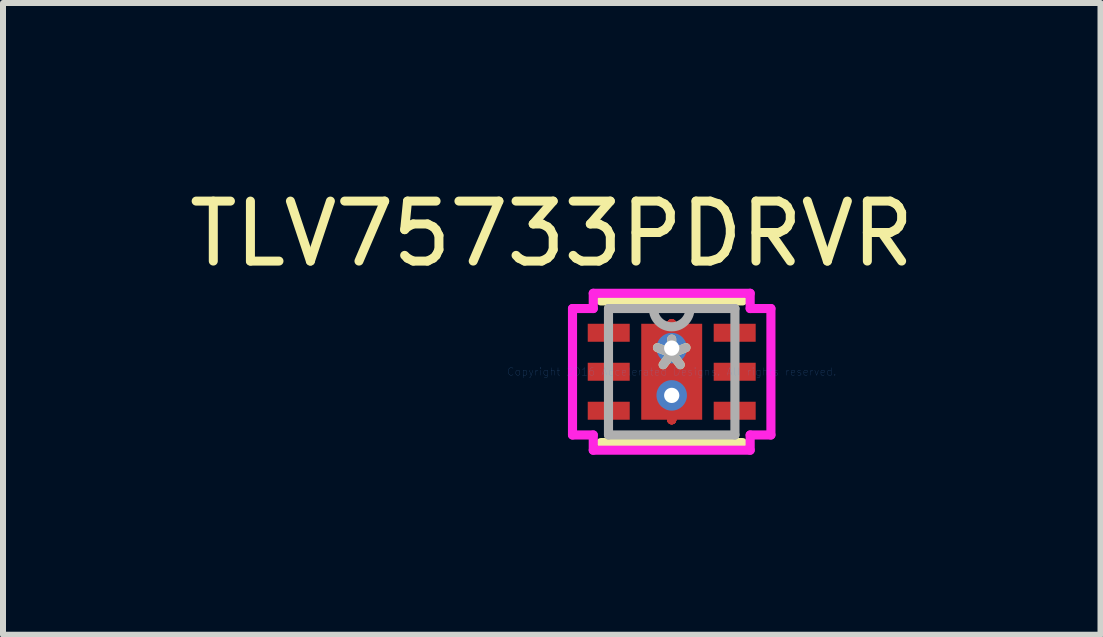
<source format=kicad_pcb>
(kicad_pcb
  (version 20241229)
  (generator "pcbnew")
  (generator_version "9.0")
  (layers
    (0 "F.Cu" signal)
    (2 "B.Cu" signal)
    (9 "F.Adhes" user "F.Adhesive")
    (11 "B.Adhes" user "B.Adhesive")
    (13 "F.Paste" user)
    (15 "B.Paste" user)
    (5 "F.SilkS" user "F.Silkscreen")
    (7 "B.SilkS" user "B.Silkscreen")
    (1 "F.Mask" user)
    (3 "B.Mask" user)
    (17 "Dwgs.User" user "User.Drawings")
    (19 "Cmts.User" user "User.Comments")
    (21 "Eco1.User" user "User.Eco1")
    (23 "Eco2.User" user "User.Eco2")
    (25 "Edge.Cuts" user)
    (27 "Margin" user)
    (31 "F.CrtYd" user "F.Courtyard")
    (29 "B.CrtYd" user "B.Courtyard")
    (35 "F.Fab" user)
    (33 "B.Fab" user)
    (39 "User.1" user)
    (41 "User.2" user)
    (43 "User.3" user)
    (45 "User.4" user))
  (footprint "TLV75733PDRVR"
    (layer "F.Cu")
    (at 8.149 3.148)
    (property "Reference" "TLV75733PDRVR" (at -2 -2.3 0) (layer "F.SilkS") (effects (font (size 1 1) (thickness 0.15))))
    (attr through_hole)
    (fp_line (start 0 -0.8) (end 0 -0.8) (stroke (width 0.152) (type solid)) (layer "F.Cu"))
    (fp_line (start 0 -0.8) (end 0 -0.8) (stroke (width 0.152) (type solid)) (layer "F.Cu"))
    (fp_line (start 0 -0.8) (end 0 -0.8) (stroke (width 0.152) (type solid)) (layer "F.Cu"))
    (fp_line (start 0 -0.8) (end 0 -0.8) (stroke (width 0.152) (type solid)) (layer "F.Cu"))
    (fp_line (start 0 -0.8) (end 0 -0.8) (stroke (width 0.152) (type solid)) (layer "F.Cu"))
    (fp_line (start 0 -0.8) (end 0 -0.8) (stroke (width 0.152) (type solid)) (layer "F.Cu"))
    (fp_line (start 0 -0.8) (end 0 -0.8) (stroke (width 0.152) (type solid)) (layer "F.Cu"))
    (fp_line (start 0 -0.8) (end 0 -0.8) (stroke (width 0.152) (type solid)) (layer "F.Cu"))
    (fp_line (start 0 0.8) (end 0 0.8) (stroke (width 0.152) (type solid)) (layer "F.Cu"))
    (fp_line (start 0 0.8) (end 0 0.8) (stroke (width 0.152) (type solid)) (layer "F.Cu"))
    (fp_line (start 0 0.8) (end 0 0.8) (stroke (width 0.152) (type solid)) (layer "F.Cu"))
    (fp_line (start 0 0.8) (end 0 0.8) (stroke (width 0.152) (type solid)) (layer "F.Cu"))
    (fp_line (start 0 0.8) (end 0 0.8) (stroke (width 0.152) (type solid)) (layer "F.Cu"))
    (fp_line (start 0 0.8) (end 0 0.8) (stroke (width 0.152) (type solid)) (layer "F.Cu"))
    (fp_line (start 0 0.8) (end 0 0.8) (stroke (width 0.152) (type solid)) (layer "F.Cu"))
    (fp_line (start 0 0.8) (end 0 0.8) (stroke (width 0.152) (type solid)) (layer "F.Cu"))
    (fp_line (start -0.572 -0.864) (end -0.2 -0.864) (stroke (width 0.152) (type solid)) (layer "F.Mask"))
    (fp_line (start -0.572 -0.864) (end 0.572 -0.864) (stroke (width 0.152) (type solid)) (layer "F.Mask"))
    (fp_line (start -0.572 -0.594) (end -0.572 -0.864) (stroke (width 0.152) (type solid)) (layer "F.Mask"))
    (fp_line (start -0.572 -0.194) (end 0.572 -0.194) (stroke (width 0.152) (type solid)) (layer "F.Mask"))
    (fp_line (start -0.572 0.194) (end -0.572 -0.194) (stroke (width 0.152) (type solid)) (layer "F.Mask"))
    (fp_line (start -0.572 0.594) (end 0.572 0.594) (stroke (width 0.152) (type solid)) (layer "F.Mask"))
    (fp_line (start -0.572 0.864) (end -0.572 -0.864) (stroke (width 0.152) (type solid)) (layer "F.Mask"))
    (fp_line (start -0.572 0.864) (end -0.572 0.594) (stroke (width 0.152) (type solid)) (layer "F.Mask"))
    (fp_line (start -0.2 -0.864) (end -0.2 0.864) (stroke (width 0.152) (type solid)) (layer "F.Mask"))
    (fp_line (start -0.2 0.864) (end -0.572 0.864) (stroke (width 0.152) (type solid)) (layer "F.Mask"))
    (fp_line (start 0 -0.8) (end 0 -0.8) (stroke (width 0.152) (type solid)) (layer "F.Mask"))
    (fp_line (start 0 -0.8) (end 0 -0.8) (stroke (width 0.152) (type solid)) (layer "F.Mask"))
    (fp_line (start 0 -0.8) (end 0 -0.8) (stroke (width 0.152) (type solid)) (layer "F.Mask"))
    (fp_line (start 0 -0.8) (end 0 -0.8) (stroke (width 0.152) (type solid)) (layer "F.Mask"))
    (fp_line (start 0 -0.8) (end 0 -0.8) (stroke (width 0.152) (type solid)) (layer "F.Mask"))
    (fp_line (start 0 -0.8) (end 0 -0.8) (stroke (width 0.152) (type solid)) (layer "F.Mask"))
    (fp_line (start 0 -0.8) (end 0 -0.8) (stroke (width 0.152) (type solid)) (layer "F.Mask"))
    (fp_line (start 0 -0.8) (end 0 -0.8) (stroke (width 0.152) (type solid)) (layer "F.Mask"))
    (fp_line (start 0 0.8) (end 0 0.8) (stroke (width 0.152) (type solid)) (layer "F.Mask"))
    (fp_line (start 0 0.8) (end 0 0.8) (stroke (width 0.152) (type solid)) (layer "F.Mask"))
    (fp_line (start 0 0.8) (end 0 0.8) (stroke (width 0.152) (type solid)) (layer "F.Mask"))
    (fp_line (start 0 0.8) (end 0 0.8) (stroke (width 0.152) (type solid)) (layer "F.Mask"))
    (fp_line (start 0 0.8) (end 0 0.8) (stroke (width 0.152) (type solid)) (layer "F.Mask"))
    (fp_line (start 0 0.8) (end 0 0.8) (stroke (width 0.152) (type solid)) (layer "F.Mask"))
    (fp_line (start 0 0.8) (end 0 0.8) (stroke (width 0.152) (type solid)) (layer "F.Mask"))
    (fp_line (start 0 0.8) (end 0 0.8) (stroke (width 0.152) (type solid)) (layer "F.Mask"))
    (fp_line (start 0.2 -0.864) (end 0.572 -0.864) (stroke (width 0.152) (type solid)) (layer "F.Mask"))
    (fp_line (start 0.2 0.864) (end 0.2 -0.864) (stroke (width 0.152) (type solid)) (layer "F.Mask"))
    (fp_line (start 0.572 -0.864) (end 0.572 -0.594) (stroke (width 0.152) (type solid)) (layer "F.Mask"))
    (fp_line (start 0.572 -0.864) (end 0.572 0.864) (stroke (width 0.152) (type solid)) (layer "F.Mask"))
    (fp_line (start 0.572 -0.594) (end -0.572 -0.594) (stroke (width 0.152) (type solid)) (layer "F.Mask"))
    (fp_line (start 0.572 -0.194) (end 0.572 0.194) (stroke (width 0.152) (type solid)) (layer "F.Mask"))
    (fp_line (start 0.572 0.194) (end -0.572 0.194) (stroke (width 0.152) (type solid)) (layer "F.Mask"))
    (fp_line (start 0.572 0.594) (end 0.572 0.864) (stroke (width 0.152) (type solid)) (layer "F.Mask"))
    (fp_line (start 0.572 0.864) (end -0.572 0.864) (stroke (width 0.152) (type solid)) (layer "F.Mask"))
    (fp_line (start 0.572 0.864) (end 0.2 0.864) (stroke (width 0.152) (type solid)) (layer "F.Mask"))
    (fp_line (start -1.181 1.181) (end 1.181 1.181) (stroke (width 0.152) (type solid)) (layer "F.SilkS"))
    (fp_line (start 1.181 -1.181) (end -1.181 -1.181) (stroke (width 0.152) (type solid)) (layer "F.SilkS"))
    (fp_line (start -0.433 -0.725) (end -0.433 -0.494) (stroke (width 0.152) (type solid)) (layer "F.Paste"))
    (fp_line (start -0.433 -0.494) (end -0.241 -0.494) (stroke (width 0.152) (type solid)) (layer "F.Paste"))
    (fp_line (start -0.433 -0.294) (end -0.433 0.294) (stroke (width 0.152) (type solid)) (layer "F.Paste"))
    (fp_line (start -0.433 0.294) (end -0.241 0.294) (stroke (width 0.152) (type solid)) (layer "F.Paste"))
    (fp_line (start -0.433 0.494) (end -0.433 0.725) (stroke (width 0.152) (type solid)) (layer "F.Paste"))
    (fp_line (start -0.433 0.725) (end -0.1 0.725) (stroke (width 0.152) (type solid)) (layer "F.Paste"))
    (fp_line (start -0.241 -0.494) (end -0.241 -0.494) (stroke (width 0.152) (type solid)) (layer "F.Paste"))
    (fp_line (start -0.241 -0.494) (end -0.1 -0.635) (stroke (width 0.152) (type solid)) (layer "F.Paste"))
    (fp_line (start -0.241 -0.294) (end -0.433 -0.294) (stroke (width 0.152) (type solid)) (layer "F.Paste"))
    (fp_line (start -0.241 -0.294) (end -0.241 -0.294) (stroke (width 0.152) (type solid)) (layer "F.Paste"))
    (fp_line (start -0.241 0.294) (end -0.241 0.294) (stroke (width 0.152) (type solid)) (layer "F.Paste"))
    (fp_line (start -0.241 0.294) (end -0.1 0.152) (stroke (width 0.152) (type solid)) (layer "F.Paste"))
    (fp_line (start -0.241 0.494) (end -0.433 0.494) (stroke (width 0.152) (type solid)) (layer "F.Paste"))
    (fp_line (start -0.241 0.494) (end -0.241 0.494) (stroke (width 0.152) (type solid)) (layer "F.Paste"))
    (fp_line (start -0.1 -0.725) (end -0.433 -0.725) (stroke (width 0.152) (type solid)) (layer "F.Paste"))
    (fp_line (start -0.1 -0.635) (end -0.1 -0.725) (stroke (width 0.152) (type solid)) (layer "F.Paste"))
    (fp_line (start -0.1 -0.635) (end -0.1 -0.635) (stroke (width 0.152) (type solid)) (layer "F.Paste"))
    (fp_line (start -0.1 -0.152) (end -0.241 -0.294) (stroke (width 0.152) (type solid)) (layer "F.Paste"))
    (fp_line (start -0.1 -0.152) (end -0.1 -0.152) (stroke (width 0.152) (type solid)) (layer "F.Paste"))
    (fp_line (start -0.1 0.152) (end -0.1 -0.152) (stroke (width 0.152) (type solid)) (layer "F.Paste"))
    (fp_line (start -0.1 0.152) (end -0.1 0.152) (stroke (width 0.152) (type solid)) (layer "F.Paste"))
    (fp_line (start -0.1 0.635) (end -0.241 0.494) (stroke (width 0.152) (type solid)) (layer "F.Paste"))
    (fp_line (start -0.1 0.635) (end -0.1 0.635) (stroke (width 0.152) (type solid)) (layer "F.Paste"))
    (fp_line (start -0.1 0.725) (end -0.1 0.635) (stroke (width 0.152) (type solid)) (layer "F.Paste"))
    (fp_line (start 0.1 -0.725) (end 0.1 -0.635) (stroke (width 0.152) (type solid)) (layer "F.Paste"))
    (fp_line (start 0.1 -0.635) (end 0.1 -0.635) (stroke (width 0.152) (type solid)) (layer "F.Paste"))
    (fp_line (start 0.1 -0.635) (end 0.241 -0.494) (stroke (width 0.152) (type solid)) (layer "F.Paste"))
    (fp_line (start 0.1 -0.152) (end 0.1 -0.152) (stroke (width 0.152) (type solid)) (layer "F.Paste"))
    (fp_line (start 0.1 -0.152) (end 0.1 0.152) (stroke (width 0.152) (type solid)) (layer "F.Paste"))
    (fp_line (start 0.1 0.152) (end 0.1 0.152) (stroke (width 0.152) (type solid)) (layer "F.Paste"))
    (fp_line (start 0.1 0.152) (end 0.241 0.294) (stroke (width 0.152) (type solid)) (layer "F.Paste"))
    (fp_line (start 0.1 0.635) (end 0.1 0.635) (stroke (width 0.152) (type solid)) (layer "F.Paste"))
    (fp_line (start 0.1 0.635) (end 0.1 0.725) (stroke (width 0.152) (type solid)) (layer "F.Paste"))
    (fp_line (start 0.1 0.725) (end 0.433 0.725) (stroke (width 0.152) (type solid)) (layer "F.Paste"))
    (fp_line (start 0.241 -0.494) (end 0.241 -0.494) (stroke (width 0.152) (type solid)) (layer "F.Paste"))
    (fp_line (start 0.241 -0.494) (end 0.433 -0.494) (stroke (width 0.152) (type solid)) (layer "F.Paste"))
    (fp_line (start 0.241 -0.294) (end 0.1 -0.152) (stroke (width 0.152) (type solid)) (layer "F.Paste"))
    (fp_line (start 0.241 -0.294) (end 0.241 -0.294) (stroke (width 0.152) (type solid)) (layer "F.Paste"))
    (fp_line (start 0.241 0.294) (end 0.241 0.294) (stroke (width 0.152) (type solid)) (layer "F.Paste"))
    (fp_line (start 0.241 0.294) (end 0.433 0.294) (stroke (width 0.152) (type solid)) (layer "F.Paste"))
    (fp_line (start 0.241 0.494) (end 0.1 0.635) (stroke (width 0.152) (type solid)) (layer "F.Paste"))
    (fp_line (start 0.241 0.494) (end 0.241 0.494) (stroke (width 0.152) (type solid)) (layer "F.Paste"))
    (fp_line (start 0.433 -0.725) (end 0.1 -0.725) (stroke (width 0.152) (type solid)) (layer "F.Paste"))
    (fp_line (start 0.433 -0.494) (end 0.433 -0.725) (stroke (width 0.152) (type solid)) (layer "F.Paste"))
    (fp_line (start 0.433 -0.294) (end 0.241 -0.294) (stroke (width 0.152) (type solid)) (layer "F.Paste"))
    (fp_line (start 0.433 0.294) (end 0.433 -0.294) (stroke (width 0.152) (type solid)) (layer "F.Paste"))
    (fp_line (start 0.433 0.494) (end 0.241 0.494) (stroke (width 0.152) (type solid)) (layer "F.Paste"))
    (fp_line (start 0.433 0.725) (end 0.433 0.494) (stroke (width 0.152) (type solid)) (layer "F.Paste"))
    (fp_line (start -1.654 -1.054) (end -1.308 -1.054) (stroke (width 0.152) (type solid)) (layer "F.CrtYd"))
    (fp_line (start -1.654 1.054) (end -1.654 -1.054) (stroke (width 0.152) (type solid)) (layer "F.CrtYd"))
    (fp_line (start -1.308 -1.308) (end 1.308 -1.308) (stroke (width 0.152) (type solid)) (layer "F.CrtYd"))
    (fp_line (start -1.308 -1.054) (end -1.308 -1.308) (stroke (width 0.152) (type solid)) (layer "F.CrtYd"))
    (fp_line (start -1.308 1.054) (end -1.654 1.054) (stroke (width 0.152) (type solid)) (layer "F.CrtYd"))
    (fp_line (start -1.308 1.308) (end -1.308 1.054) (stroke (width 0.152) (type solid)) (layer "F.CrtYd"))
    (fp_line (start 1.308 -1.308) (end 1.308 -1.054) (stroke (width 0.152) (type solid)) (layer "F.CrtYd"))
    (fp_line (start 1.308 -1.054) (end 1.654 -1.054) (stroke (width 0.152) (type solid)) (layer "F.CrtYd"))
    (fp_line (start 1.308 1.054) (end 1.308 1.308) (stroke (width 0.152) (type solid)) (layer "F.CrtYd"))
    (fp_line (start 1.308 1.308) (end -1.308 1.308) (stroke (width 0.152) (type solid)) (layer "F.CrtYd"))
    (fp_line (start 1.654 -1.054) (end 1.654 1.054) (stroke (width 0.152) (type solid)) (layer "F.CrtYd"))
    (fp_line (start 1.654 1.054) (end 1.308 1.054) (stroke (width 0.152) (type solid)) (layer "F.CrtYd"))
    (fp_line (start -1.054 -1.054) (end -1.054 1.054) (stroke (width 0.152) (type solid)) (layer "F.Fab"))
    (fp_line (start -1.054 1.054) (end 1.054 1.054) (stroke (width 0.152) (type solid)) (layer "F.Fab"))
    (fp_line (start 1.054 -1.054) (end -1.054 -1.054) (stroke (width 0.152) (type solid)) (layer "F.Fab"))
    (fp_line (start 1.054 1.054) (end 1.054 -1.054) (stroke (width 0.152) (type solid)) (layer "F.Fab"))
    (fp_arc (start 0.3048 -1.0541) (mid 0 -0.7493) (end -0.3048 -1.0541) (stroke (width 0.1524) (type solid)) (layer "F.Fab"))
    (fp_text user "*" (at 0 0 0) (layer "F.SilkS") (effects (font (size 1 1) (thickness 0.15))))
    (fp_text user "Copyright 2016 Accelerated Designs. All rights reserved." (at 0 0 0) (layer "Cmts.User") (effects (font (size 0.127 0.127) (thickness 0.002))))
    (fp_text user "*" (at 0 0 0) (layer "F.Fab") (effects (font (size 1 1) (thickness 0.15))))
    (pad "1" smd rect (at -1.05 -0.65) (size 0.7 0.3) (layers "F.Cu" "F.Mask" "F.Paste"))
    (pad "2" smd rect (at -1.05 0) (size 0.7 0.3) (layers "F.Cu" "F.Mask" "F.Paste"))
    (pad "3" smd rect (at -1.05 0.65) (size 0.7 0.3) (layers "F.Cu" "F.Mask" "F.Paste"))
    (pad "4" smd rect (at 1.05 0.65) (size 0.7 0.3) (layers "F.Cu" "F.Mask" "F.Paste"))
    (pad "5" smd rect (at 1.05 0) (size 0.7 0.3) (layers "F.Cu" "F.Mask" "F.Paste"))
    (pad "6" smd rect (at 1.05 -0.65) (size 0.7 0.3) (layers "F.Cu" "F.Mask" "F.Paste"))
    (pad "7" thru_hole circle (at 0 -0.394) (size 0.508 0.508) (drill 0.254) (layers "*.Cu" "*.Mask"))
    (pad "7" smd rect (at 0 0) (size 1.016 1.6) (layers "F.Cu" "F.Mask" "F.Paste"))
    (pad "7" thru_hole circle (at 0 0.394) (size 0.508 0.508) (drill 0.254) (layers "*.Cu" "*.Mask")))
  (gr_rect
    (start -3 -3)
    (end 15.298 7.533)
    (stroke (width 0.1) (type default))
    (fill no)
    (layer "Edge.Cuts")))
</source>
